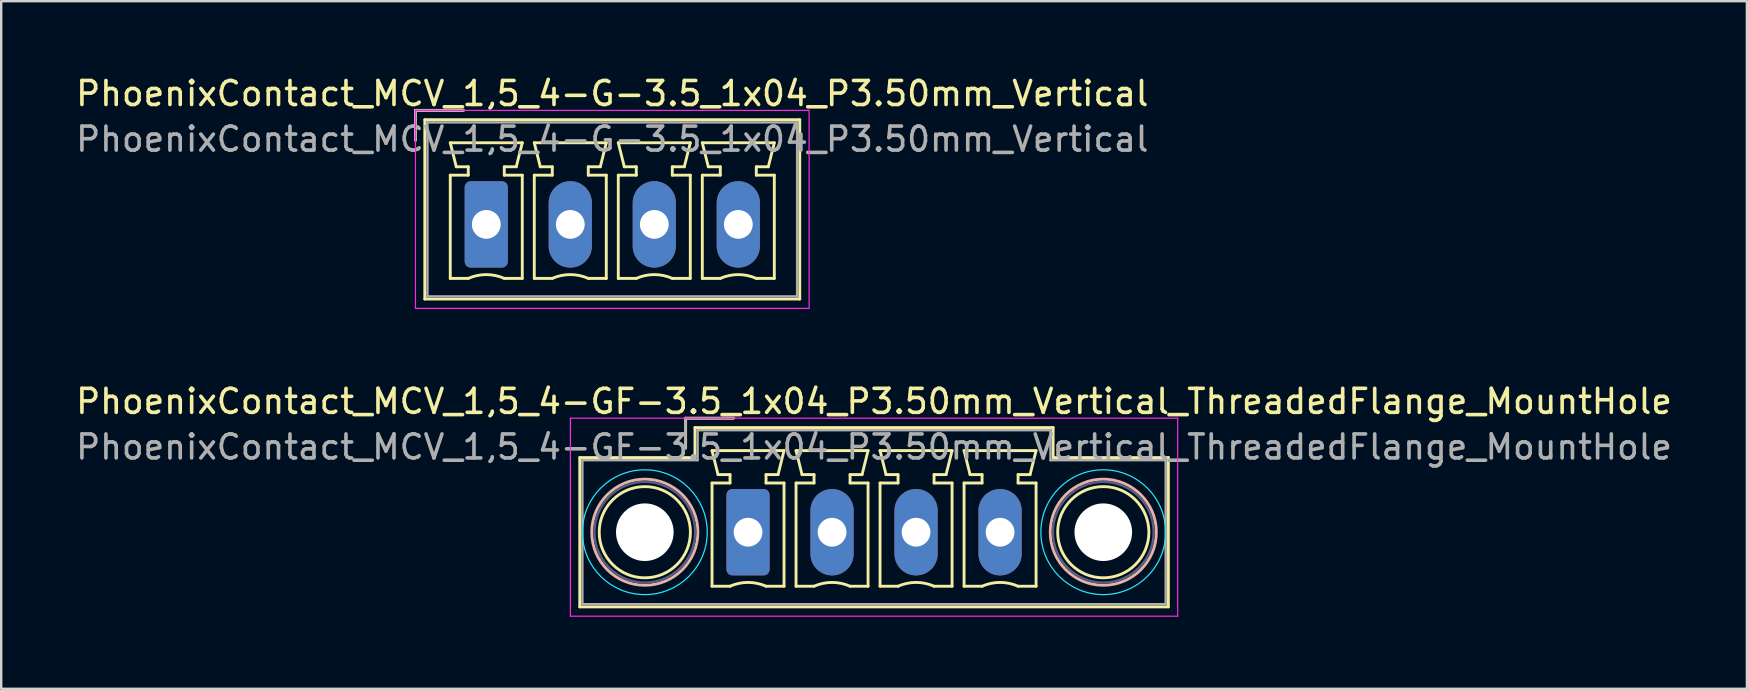
<source format=kicad_pcb>
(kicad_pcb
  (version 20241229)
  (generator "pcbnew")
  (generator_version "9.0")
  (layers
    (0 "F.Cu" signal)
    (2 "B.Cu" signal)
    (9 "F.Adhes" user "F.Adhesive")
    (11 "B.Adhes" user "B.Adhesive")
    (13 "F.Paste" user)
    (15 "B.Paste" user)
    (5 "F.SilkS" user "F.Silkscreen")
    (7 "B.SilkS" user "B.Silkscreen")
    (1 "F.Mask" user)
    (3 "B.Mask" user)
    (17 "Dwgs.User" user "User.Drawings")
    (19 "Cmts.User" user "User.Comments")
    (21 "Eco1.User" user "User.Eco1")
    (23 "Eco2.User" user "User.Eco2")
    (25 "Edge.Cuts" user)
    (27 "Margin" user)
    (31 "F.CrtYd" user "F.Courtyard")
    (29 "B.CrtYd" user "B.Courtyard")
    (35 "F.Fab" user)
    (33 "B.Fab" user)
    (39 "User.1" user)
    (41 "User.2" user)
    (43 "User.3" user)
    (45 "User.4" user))
  (footprint "PhoenixContact_MCV_1,5_4-G-3.5_1x04_P3.50mm_Vertical"
    (layer "F.Cu")
    (at 17.208 6.298)
    (property "Reference" "PhoenixContact_MCV_1,5_4-G-3.5_1x04_P3.50mm_Vertical" (at 5.25 -5.45 0) (layer "F.SilkS") (effects (font (size 1 1) (thickness 0.15))))
    (attr through_hole)
    (fp_line (start -2.95 -4.75) (end -0.95 -4.75) (stroke (width 0.12) (type solid)) (layer "F.SilkS"))
    (fp_line (start -2.95 -3.5) (end -2.95 -4.75) (stroke (width 0.12) (type solid)) (layer "F.SilkS"))
    (fp_line (start -2.56 -4.36) (end -2.56 3.11) (stroke (width 0.12) (type solid)) (layer "F.SilkS"))
    (fp_line (start -2.56 3.11) (end 13.06 3.11) (stroke (width 0.12) (type solid)) (layer "F.SilkS"))
    (fp_line (start -1.5 -3.4) (end 1.5 -3.4) (stroke (width 0.12) (type solid)) (layer "F.SilkS"))
    (fp_line (start -1.5 -2.05) (end -0.75 -2.05) (stroke (width 0.12) (type solid)) (layer "F.SilkS"))
    (fp_line (start -1.5 2.25) (end -1.5 -2.05) (stroke (width 0.12) (type solid)) (layer "F.SilkS"))
    (fp_line (start -1.25 -2.4) (end -1.5 -3.4) (stroke (width 0.12) (type solid)) (layer "F.SilkS"))
    (fp_line (start -0.75 -2.4) (end -1.25 -2.4) (stroke (width 0.12) (type solid)) (layer "F.SilkS"))
    (fp_line (start -0.75 -2.05) (end -0.75 -2.4) (stroke (width 0.12) (type solid)) (layer "F.SilkS"))
    (fp_line (start -0.75 2.25) (end -1.5 2.25) (stroke (width 0.12) (type solid)) (layer "F.SilkS"))
    (fp_line (start 0.75 -2.4) (end 0.75 -2.05) (stroke (width 0.12) (type solid)) (layer "F.SilkS"))
    (fp_line (start 0.75 -2.05) (end 1.5 -2.05) (stroke (width 0.12) (type solid)) (layer "F.SilkS"))
    (fp_line (start 1.25 -2.4) (end 0.75 -2.4) (stroke (width 0.12) (type solid)) (layer "F.SilkS"))
    (fp_line (start 1.5 -3.4) (end 1.25 -2.4) (stroke (width 0.12) (type solid)) (layer "F.SilkS"))
    (fp_line (start 1.5 -2.05) (end 1.5 2.25) (stroke (width 0.12) (type solid)) (layer "F.SilkS"))
    (fp_line (start 1.5 2.25) (end 0.75 2.25) (stroke (width 0.12) (type solid)) (layer "F.SilkS"))
    (fp_line (start 2 -3.4) (end 5 -3.4) (stroke (width 0.12) (type solid)) (layer "F.SilkS"))
    (fp_line (start 2 -2.05) (end 2.75 -2.05) (stroke (width 0.12) (type solid)) (layer "F.SilkS"))
    (fp_line (start 2 2.25) (end 2 -2.05) (stroke (width 0.12) (type solid)) (layer "F.SilkS"))
    (fp_line (start 2.25 -2.4) (end 2 -3.4) (stroke (width 0.12) (type solid)) (layer "F.SilkS"))
    (fp_line (start 2.75 -2.4) (end 2.25 -2.4) (stroke (width 0.12) (type solid)) (layer "F.SilkS"))
    (fp_line (start 2.75 -2.05) (end 2.75 -2.4) (stroke (width 0.12) (type solid)) (layer "F.SilkS"))
    (fp_line (start 2.75 2.25) (end 2 2.25) (stroke (width 0.12) (type solid)) (layer "F.SilkS"))
    (fp_line (start 4.25 -2.4) (end 4.25 -2.05) (stroke (width 0.12) (type solid)) (layer "F.SilkS"))
    (fp_line (start 4.25 -2.05) (end 5 -2.05) (stroke (width 0.12) (type solid)) (layer "F.SilkS"))
    (fp_line (start 4.75 -2.4) (end 4.25 -2.4) (stroke (width 0.12) (type solid)) (layer "F.SilkS"))
    (fp_line (start 5 -3.4) (end 4.75 -2.4) (stroke (width 0.12) (type solid)) (layer "F.SilkS"))
    (fp_line (start 5 -2.05) (end 5 2.25) (stroke (width 0.12) (type solid)) (layer "F.SilkS"))
    (fp_line (start 5 2.25) (end 4.25 2.25) (stroke (width 0.12) (type solid)) (layer "F.SilkS"))
    (fp_line (start 5.5 -3.4) (end 8.5 -3.4) (stroke (width 0.12) (type solid)) (layer "F.SilkS"))
    (fp_line (start 5.5 -2.05) (end 6.25 -2.05) (stroke (width 0.12) (type solid)) (layer "F.SilkS"))
    (fp_line (start 5.5 2.25) (end 5.5 -2.05) (stroke (width 0.12) (type solid)) (layer "F.SilkS"))
    (fp_line (start 5.75 -2.4) (end 5.5 -3.4) (stroke (width 0.12) (type solid)) (layer "F.SilkS"))
    (fp_line (start 6.25 -2.4) (end 5.75 -2.4) (stroke (width 0.12) (type solid)) (layer "F.SilkS"))
    (fp_line (start 6.25 -2.05) (end 6.25 -2.4) (stroke (width 0.12) (type solid)) (layer "F.SilkS"))
    (fp_line (start 6.25 2.25) (end 5.5 2.25) (stroke (width 0.12) (type solid)) (layer "F.SilkS"))
    (fp_line (start 7.75 -2.4) (end 7.75 -2.05) (stroke (width 0.12) (type solid)) (layer "F.SilkS"))
    (fp_line (start 7.75 -2.05) (end 8.5 -2.05) (stroke (width 0.12) (type solid)) (layer "F.SilkS"))
    (fp_line (start 8.25 -2.4) (end 7.75 -2.4) (stroke (width 0.12) (type solid)) (layer "F.SilkS"))
    (fp_line (start 8.5 -3.4) (end 8.25 -2.4) (stroke (width 0.12) (type solid)) (layer "F.SilkS"))
    (fp_line (start 8.5 -2.05) (end 8.5 2.25) (stroke (width 0.12) (type solid)) (layer "F.SilkS"))
    (fp_line (start 8.5 2.25) (end 7.75 2.25) (stroke (width 0.12) (type solid)) (layer "F.SilkS"))
    (fp_line (start 9 -3.4) (end 12 -3.4) (stroke (width 0.12) (type solid)) (layer "F.SilkS"))
    (fp_line (start 9 -2.05) (end 9.75 -2.05) (stroke (width 0.12) (type solid)) (layer "F.SilkS"))
    (fp_line (start 9 2.25) (end 9 -2.05) (stroke (width 0.12) (type solid)) (layer "F.SilkS"))
    (fp_line (start 9.25 -2.4) (end 9 -3.4) (stroke (width 0.12) (type solid)) (layer "F.SilkS"))
    (fp_line (start 9.75 -2.4) (end 9.25 -2.4) (stroke (width 0.12) (type solid)) (layer "F.SilkS"))
    (fp_line (start 9.75 -2.05) (end 9.75 -2.4) (stroke (width 0.12) (type solid)) (layer "F.SilkS"))
    (fp_line (start 9.75 2.25) (end 9 2.25) (stroke (width 0.12) (type solid)) (layer "F.SilkS"))
    (fp_line (start 11.25 -2.4) (end 11.25 -2.05) (stroke (width 0.12) (type solid)) (layer "F.SilkS"))
    (fp_line (start 11.25 -2.05) (end 12 -2.05) (stroke (width 0.12) (type solid)) (layer "F.SilkS"))
    (fp_line (start 11.75 -2.4) (end 11.25 -2.4) (stroke (width 0.12) (type solid)) (layer "F.SilkS"))
    (fp_line (start 12 -3.4) (end 11.75 -2.4) (stroke (width 0.12) (type solid)) (layer "F.SilkS"))
    (fp_line (start 12 -2.05) (end 12 2.25) (stroke (width 0.12) (type solid)) (layer "F.SilkS"))
    (fp_line (start 12 2.25) (end 11.25 2.25) (stroke (width 0.12) (type solid)) (layer "F.SilkS"))
    (fp_line (start 13.06 -4.36) (end -2.56 -4.36) (stroke (width 0.12) (type solid)) (layer "F.SilkS"))
    (fp_line (start 13.06 3.11) (end 13.06 -4.36) (stroke (width 0.12) (type solid)) (layer "F.SilkS"))
    (fp_arc (start -0.75 2.25) (mid -0.000193 2.09191) (end 0.749647 2.249844) (stroke (width 0.12) (type solid)) (layer "F.SilkS"))
    (fp_arc (start 2.75 2.25) (mid 3.499807 2.09191) (end 4.249647 2.249844) (stroke (width 0.12) (type solid)) (layer "F.SilkS"))
    (fp_arc (start 6.25 2.25) (mid 6.999807 2.09191) (end 7.749647 2.249844) (stroke (width 0.12) (type solid)) (layer "F.SilkS"))
    (fp_arc (start 9.75 2.25) (mid 10.499807 2.09191) (end 11.249647 2.249844) (stroke (width 0.12) (type solid)) (layer "F.SilkS"))
    (fp_line (start -2.95 -4.75) (end -2.95 3.5) (stroke (width 0.05) (type solid)) (layer "F.CrtYd"))
    (fp_line (start -2.95 3.5) (end 13.45 3.5) (stroke (width 0.05) (type solid)) (layer "F.CrtYd"))
    (fp_line (start 13.45 -4.75) (end -2.95 -4.75) (stroke (width 0.05) (type solid)) (layer "F.CrtYd"))
    (fp_line (start 13.45 3.5) (end 13.45 -4.75) (stroke (width 0.05) (type solid)) (layer "F.CrtYd"))
    (fp_line (start -2.95 -4.75) (end -0.95 -4.75) (stroke (width 0.1) (type solid)) (layer "F.Fab"))
    (fp_line (start -2.95 -3.5) (end -2.95 -4.75) (stroke (width 0.1) (type solid)) (layer "F.Fab"))
    (fp_line (start -2.45 -4.25) (end -2.45 3) (stroke (width 0.1) (type solid)) (layer "F.Fab"))
    (fp_line (start -2.45 3) (end 12.95 3) (stroke (width 0.1) (type solid)) (layer "F.Fab"))
    (fp_line (start 12.95 -4.25) (end -2.45 -4.25) (stroke (width 0.1) (type solid)) (layer "F.Fab"))
    (fp_line (start 12.95 3) (end 12.95 -4.25) (stroke (width 0.1) (type solid)) (layer "F.Fab"))
    (fp_text user "${REFERENCE}" (at 5.25 -3.55 0) (layer "F.Fab") (effects (font (size 1 1) (thickness 0.15))))
    (pad "1" thru_hole roundrect (at 0 0) (size 1.8 3.6) (drill 1.2) (layers "*.Cu" "*.Mask") (roundrect_rratio 0.139))
    (pad "2" thru_hole oval (at 3.5 0) (size 1.8 3.6) (drill 1.2) (layers "*.Cu" "*.Mask"))
    (pad "3" thru_hole oval (at 7 0) (size 1.8 3.6) (drill 1.2) (layers "*.Cu" "*.Mask"))
    (pad "4" thru_hole oval (at 10.5 0) (size 1.8 3.6) (drill 1.2) (layers "*.Cu" "*.Mask")))
  (footprint "PhoenixContact_MCV_1,5_4-GF-3.5_1x04_P3.50mm_Vertical_ThreadedFlange_MountHole"
    (layer "F.Cu")
    (at 28.113 19.122)
    (property "Reference" "PhoenixContact_MCV_1,5_4-GF-3.5_1x04_P3.50mm_Vertical_ThreadedFlange_MountHole" (at 5.25 -5.45 0) (layer "F.SilkS") (effects (font (size 1 1) (thickness 0.15))))
    (attr through_hole)
    (fp_line (start -7.01 -3.11) (end -7.01 3.11) (stroke (width 0.12) (type solid)) (layer "F.SilkS"))
    (fp_line (start -7.01 3.11) (end 17.51 3.11) (stroke (width 0.12) (type solid)) (layer "F.SilkS"))
    (fp_line (start -2.6 -4.75) (end -0.6 -4.75) (stroke (width 0.12) (type solid)) (layer "F.SilkS"))
    (fp_line (start -2.6 -3.5) (end -2.6 -4.75) (stroke (width 0.12) (type solid)) (layer "F.SilkS"))
    (fp_line (start -2.21 -4.36) (end -2.21 -3.11) (stroke (width 0.12) (type solid)) (layer "F.SilkS"))
    (fp_line (start -2.21 -3.11) (end -7.01 -3.11) (stroke (width 0.12) (type solid)) (layer "F.SilkS"))
    (fp_line (start -1.5 -3.4) (end 1.5 -3.4) (stroke (width 0.12) (type solid)) (layer "F.SilkS"))
    (fp_line (start -1.5 -2.05) (end -0.75 -2.05) (stroke (width 0.12) (type solid)) (layer "F.SilkS"))
    (fp_line (start -1.5 2.25) (end -1.5 -2.05) (stroke (width 0.12) (type solid)) (layer "F.SilkS"))
    (fp_line (start -1.25 -2.4) (end -1.5 -3.4) (stroke (width 0.12) (type solid)) (layer "F.SilkS"))
    (fp_line (start -0.75 -2.4) (end -1.25 -2.4) (stroke (width 0.12) (type solid)) (layer "F.SilkS"))
    (fp_line (start -0.75 -2.05) (end -0.75 -2.4) (stroke (width 0.12) (type solid)) (layer "F.SilkS"))
    (fp_line (start -0.75 2.25) (end -1.5 2.25) (stroke (width 0.12) (type solid)) (layer "F.SilkS"))
    (fp_line (start 0.75 -2.4) (end 0.75 -2.05) (stroke (width 0.12) (type solid)) (layer "F.SilkS"))
    (fp_line (start 0.75 -2.05) (end 1.5 -2.05) (stroke (width 0.12) (type solid)) (layer "F.SilkS"))
    (fp_line (start 1.25 -2.4) (end 0.75 -2.4) (stroke (width 0.12) (type solid)) (layer "F.SilkS"))
    (fp_line (start 1.5 -3.4) (end 1.25 -2.4) (stroke (width 0.12) (type solid)) (layer "F.SilkS"))
    (fp_line (start 1.5 -2.05) (end 1.5 2.25) (stroke (width 0.12) (type solid)) (layer "F.SilkS"))
    (fp_line (start 1.5 2.25) (end 0.75 2.25) (stroke (width 0.12) (type solid)) (layer "F.SilkS"))
    (fp_line (start 2 -3.4) (end 5 -3.4) (stroke (width 0.12) (type solid)) (layer "F.SilkS"))
    (fp_line (start 2 -2.05) (end 2.75 -2.05) (stroke (width 0.12) (type solid)) (layer "F.SilkS"))
    (fp_line (start 2 2.25) (end 2 -2.05) (stroke (width 0.12) (type solid)) (layer "F.SilkS"))
    (fp_line (start 2.25 -2.4) (end 2 -3.4) (stroke (width 0.12) (type solid)) (layer "F.SilkS"))
    (fp_line (start 2.75 -2.4) (end 2.25 -2.4) (stroke (width 0.12) (type solid)) (layer "F.SilkS"))
    (fp_line (start 2.75 -2.05) (end 2.75 -2.4) (stroke (width 0.12) (type solid)) (layer "F.SilkS"))
    (fp_line (start 2.75 2.25) (end 2 2.25) (stroke (width 0.12) (type solid)) (layer "F.SilkS"))
    (fp_line (start 4.25 -2.4) (end 4.25 -2.05) (stroke (width 0.12) (type solid)) (layer "F.SilkS"))
    (fp_line (start 4.25 -2.05) (end 5 -2.05) (stroke (width 0.12) (type solid)) (layer "F.SilkS"))
    (fp_line (start 4.75 -2.4) (end 4.25 -2.4) (stroke (width 0.12) (type solid)) (layer "F.SilkS"))
    (fp_line (start 5 -3.4) (end 4.75 -2.4) (stroke (width 0.12) (type solid)) (layer "F.SilkS"))
    (fp_line (start 5 -2.05) (end 5 2.25) (stroke (width 0.12) (type solid)) (layer "F.SilkS"))
    (fp_line (start 5 2.25) (end 4.25 2.25) (stroke (width 0.12) (type solid)) (layer "F.SilkS"))
    (fp_line (start 5.5 -3.4) (end 8.5 -3.4) (stroke (width 0.12) (type solid)) (layer "F.SilkS"))
    (fp_line (start 5.5 -2.05) (end 6.25 -2.05) (stroke (width 0.12) (type solid)) (layer "F.SilkS"))
    (fp_line (start 5.5 2.25) (end 5.5 -2.05) (stroke (width 0.12) (type solid)) (layer "F.SilkS"))
    (fp_line (start 5.75 -2.4) (end 5.5 -3.4) (stroke (width 0.12) (type solid)) (layer "F.SilkS"))
    (fp_line (start 6.25 -2.4) (end 5.75 -2.4) (stroke (width 0.12) (type solid)) (layer "F.SilkS"))
    (fp_line (start 6.25 -2.05) (end 6.25 -2.4) (stroke (width 0.12) (type solid)) (layer "F.SilkS"))
    (fp_line (start 6.25 2.25) (end 5.5 2.25) (stroke (width 0.12) (type solid)) (layer "F.SilkS"))
    (fp_line (start 7.75 -2.4) (end 7.75 -2.05) (stroke (width 0.12) (type solid)) (layer "F.SilkS"))
    (fp_line (start 7.75 -2.05) (end 8.5 -2.05) (stroke (width 0.12) (type solid)) (layer "F.SilkS"))
    (fp_line (start 8.25 -2.4) (end 7.75 -2.4) (stroke (width 0.12) (type solid)) (layer "F.SilkS"))
    (fp_line (start 8.5 -3.4) (end 8.25 -2.4) (stroke (width 0.12) (type solid)) (layer "F.SilkS"))
    (fp_line (start 8.5 -2.05) (end 8.5 2.25) (stroke (width 0.12) (type solid)) (layer "F.SilkS"))
    (fp_line (start 8.5 2.25) (end 7.75 2.25) (stroke (width 0.12) (type solid)) (layer "F.SilkS"))
    (fp_line (start 9 -3.4) (end 12 -3.4) (stroke (width 0.12) (type solid)) (layer "F.SilkS"))
    (fp_line (start 9 -2.05) (end 9.75 -2.05) (stroke (width 0.12) (type solid)) (layer "F.SilkS"))
    (fp_line (start 9 2.25) (end 9 -2.05) (stroke (width 0.12) (type solid)) (layer "F.SilkS"))
    (fp_line (start 9.25 -2.4) (end 9 -3.4) (stroke (width 0.12) (type solid)) (layer "F.SilkS"))
    (fp_line (start 9.75 -2.4) (end 9.25 -2.4) (stroke (width 0.12) (type solid)) (layer "F.SilkS"))
    (fp_line (start 9.75 -2.05) (end 9.75 -2.4) (stroke (width 0.12) (type solid)) (layer "F.SilkS"))
    (fp_line (start 9.75 2.25) (end 9 2.25) (stroke (width 0.12) (type solid)) (layer "F.SilkS"))
    (fp_line (start 11.25 -2.4) (end 11.25 -2.05) (stroke (width 0.12) (type solid)) (layer "F.SilkS"))
    (fp_line (start 11.25 -2.05) (end 12 -2.05) (stroke (width 0.12) (type solid)) (layer "F.SilkS"))
    (fp_line (start 11.75 -2.4) (end 11.25 -2.4) (stroke (width 0.12) (type solid)) (layer "F.SilkS"))
    (fp_line (start 12 -3.4) (end 11.75 -2.4) (stroke (width 0.12) (type solid)) (layer "F.SilkS"))
    (fp_line (start 12 -2.05) (end 12 2.25) (stroke (width 0.12) (type solid)) (layer "F.SilkS"))
    (fp_line (start 12 2.25) (end 11.25 2.25) (stroke (width 0.12) (type solid)) (layer "F.SilkS"))
    (fp_line (start 12.71 -4.36) (end -2.21 -4.36) (stroke (width 0.12) (type solid)) (layer "F.SilkS"))
    (fp_line (start 12.71 -3.11) (end 12.71 -4.36) (stroke (width 0.12) (type solid)) (layer "F.SilkS"))
    (fp_line (start 17.51 -3.11) (end 12.71 -3.11) (stroke (width 0.12) (type solid)) (layer "F.SilkS"))
    (fp_line (start 17.51 3.11) (end 17.51 -3.11) (stroke (width 0.12) (type solid)) (layer "F.SilkS"))
    (fp_arc (start -0.75 2.25) (mid -0.000193 2.09191) (end 0.749647 2.249844) (stroke (width 0.12) (type solid)) (layer "F.SilkS"))
    (fp_arc (start 2.75 2.25) (mid 3.499807 2.09191) (end 4.249647 2.249844) (stroke (width 0.12) (type solid)) (layer "F.SilkS"))
    (fp_arc (start 6.25 2.25) (mid 6.999807 2.09191) (end 7.749647 2.249844) (stroke (width 0.12) (type solid)) (layer "F.SilkS"))
    (fp_arc (start 9.75 2.25) (mid 10.499807 2.09191) (end 11.249647 2.249844) (stroke (width 0.12) (type solid)) (layer "F.SilkS"))
    (fp_circle (center -4.3 0) (end -2.4 0) (stroke (width 0.12) (type solid)) (fill no) (layer "F.SilkS"))
    (fp_circle (center 14.8 0) (end 16.7 0) (stroke (width 0.12) (type solid)) (fill no) (layer "F.SilkS"))
    (fp_circle (center -4.3 0) (end -2.09 0) (stroke (width 0.12) (type solid)) (fill no) (layer "B.SilkS"))
    (fp_circle (center 14.8 0) (end 17.01 0) (stroke (width 0.12) (type solid)) (fill no) (layer "B.SilkS"))
    (fp_circle (center -4.3 0) (end -1.7 0) (stroke (width 0.05) (type solid)) (fill no) (layer "B.CrtYd"))
    (fp_circle (center 14.8 0) (end 17.4 0) (stroke (width 0.05) (type solid)) (fill no) (layer "B.CrtYd"))
    (fp_line (start -7.4 -4.75) (end -7.4 3.5) (stroke (width 0.05) (type solid)) (layer "F.CrtYd"))
    (fp_line (start -7.4 3.5) (end 17.9 3.5) (stroke (width 0.05) (type solid)) (layer "F.CrtYd"))
    (fp_line (start 17.9 -4.75) (end -7.4 -4.75) (stroke (width 0.05) (type solid)) (layer "F.CrtYd"))
    (fp_line (start 17.9 3.5) (end 17.9 -4.75) (stroke (width 0.05) (type solid)) (layer "F.CrtYd"))
    (fp_circle (center -4.3 0) (end -2.2 0) (stroke (width 0.1) (type solid)) (fill no) (layer "B.Fab"))
    (fp_circle (center 14.8 0) (end 16.9 0) (stroke (width 0.1) (type solid)) (fill no) (layer "B.Fab"))
    (fp_line (start -6.9 -3) (end -6.9 3) (stroke (width 0.1) (type solid)) (layer "F.Fab"))
    (fp_line (start -6.9 3) (end 17.4 3) (stroke (width 0.1) (type solid)) (layer "F.Fab"))
    (fp_line (start -2.6 -4.75) (end -0.6 -4.75) (stroke (width 0.1) (type solid)) (layer "F.Fab"))
    (fp_line (start -2.6 -3.5) (end -2.6 -4.75) (stroke (width 0.1) (type solid)) (layer "F.Fab"))
    (fp_line (start -2.1 -4.25) (end -2.1 -3) (stroke (width 0.1) (type solid)) (layer "F.Fab"))
    (fp_line (start -2.1 -3) (end -6.9 -3) (stroke (width 0.1) (type solid)) (layer "F.Fab"))
    (fp_line (start 12.6 -4.25) (end -2.1 -4.25) (stroke (width 0.1) (type solid)) (layer "F.Fab"))
    (fp_line (start 12.6 -3) (end 12.6 -4.25) (stroke (width 0.1) (type solid)) (layer "F.Fab"))
    (fp_line (start 17.4 -3) (end 12.6 -3) (stroke (width 0.1) (type solid)) (layer "F.Fab"))
    (fp_line (start 17.4 3) (end 17.4 -3) (stroke (width 0.1) (type solid)) (layer "F.Fab"))
    (fp_text user "${REFERENCE}" (at 5.25 -3.55 0) (layer "F.Fab") (effects (font (size 1 1) (thickness 0.15))))
    (pad "" np_thru_hole circle (at -4.3 0) (size 2.4 2.4) (drill 2.4) (layers "*.Cu" "*.Mask"))
    (pad "" np_thru_hole circle (at 14.8 0) (size 2.4 2.4) (drill 2.4) (layers "*.Cu" "*.Mask"))
    (pad "1" thru_hole roundrect (at 0 0) (size 1.8 3.6) (drill 1.2) (layers "*.Cu" "*.Mask") (roundrect_rratio 0.139))
    (pad "2" thru_hole oval (at 3.5 0) (size 1.8 3.6) (drill 1.2) (layers "*.Cu" "*.Mask"))
    (pad "3" thru_hole oval (at 7 0) (size 1.8 3.6) (drill 1.2) (layers "*.Cu" "*.Mask"))
    (pad "4" thru_hole oval (at 10.5 0) (size 1.8 3.6) (drill 1.2) (layers "*.Cu" "*.Mask")))
  (gr_rect
    (start -3 -3)
    (end 69.726 25.646)
    (stroke (width 0.1) (type default))
    (fill no)
    (layer "Edge.Cuts")))
</source>
